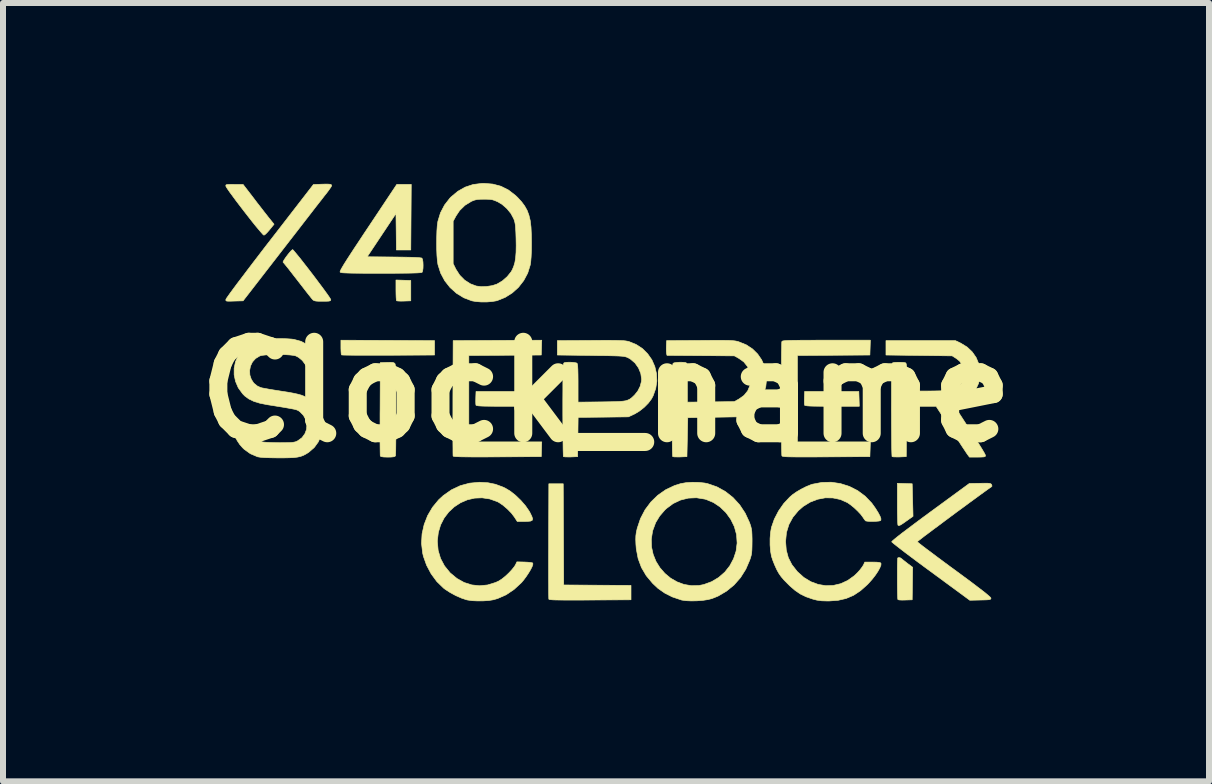
<source format=kicad_pcb>
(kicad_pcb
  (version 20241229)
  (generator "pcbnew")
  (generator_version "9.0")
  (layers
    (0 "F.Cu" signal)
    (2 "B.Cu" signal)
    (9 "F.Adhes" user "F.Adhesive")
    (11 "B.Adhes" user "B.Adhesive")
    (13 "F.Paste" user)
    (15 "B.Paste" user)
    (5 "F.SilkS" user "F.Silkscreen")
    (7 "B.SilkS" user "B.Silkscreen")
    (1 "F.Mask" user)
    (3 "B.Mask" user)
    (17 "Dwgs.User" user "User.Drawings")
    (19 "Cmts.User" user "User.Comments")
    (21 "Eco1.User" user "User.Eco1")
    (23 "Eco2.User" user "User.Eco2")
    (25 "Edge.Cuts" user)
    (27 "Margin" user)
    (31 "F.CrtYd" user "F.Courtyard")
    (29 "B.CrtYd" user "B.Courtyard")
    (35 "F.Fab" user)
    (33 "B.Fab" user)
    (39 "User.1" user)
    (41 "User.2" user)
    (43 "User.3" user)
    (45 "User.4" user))
  (footprint "Clock_name"
    (layer "F.Cu")
    (at 7.047 3.479)
    (property "Reference" "Clock_name" (at 0 0 0) (layer "F.SilkS") (effects (font (size 1.524 1.524) (thickness 0.3))))
    (attr through_hole)
    (fp_poly (pts (xy -3.376 -1.86) (xy -3.253 -1.856) (xy -3.253 -1.517) (xy -3.366 -1.513) (xy -3.42 -1.512) (xy -3.463 -1.514) (xy -3.487 -1.517) (xy -3.49 -1.519) (xy -3.494 -1.536) (xy -3.497 -1.576) (xy -3.499 -1.631) (xy -3.5 -1.696) (xy -3.5 -1.864) (xy -3.376 -1.86)) (stroke (width 0.01) (type solid)) (fill yes) (layer "F.SilkS"))
    (fp_poly (pts (xy 4.22 0.24) (xy 3.768 0.24) (xy 3.639 0.24) (xy 3.535 0.239) (xy 3.455 0.238) (xy 3.395 0.236) (xy 3.353 0.233) (xy 3.326 0.229) (xy 3.312 0.225) (xy 3.308 0.221) (xy 3.305 0.198) (xy 3.304 0.156) (xy 3.305 0.103) (xy 3.305 0.097) (xy 3.309 -0.007) (xy 4.212 -0.007) (xy 4.22 0.24)) (stroke (width 0.01) (type solid)) (fill yes) (layer "F.SilkS"))
    (fp_poly (pts (xy -2.857 -0.854) (xy -2.857 -0.614) (xy -3.628 -0.61) (xy -3.772 -0.61) (xy -3.909 -0.61) (xy -4.034 -0.61) (xy -4.145 -0.61) (xy -4.24 -0.611) (xy -4.317 -0.612) (xy -4.371 -0.613) (xy -4.402 -0.615) (xy -4.407 -0.616) (xy -4.412 -0.634) (xy -4.415 -0.672) (xy -4.417 -0.725) (xy -4.417 -0.743) (xy -4.417 -0.861) (xy -2.857 -0.854)) (stroke (width 0.01) (type solid)) (fill yes) (layer "F.SilkS"))
    (fp_poly (pts (xy -1.259 0.116) (xy -1.255 0.24) (xy -1.707 0.24) (xy -1.836 0.24) (xy -1.94 0.239) (xy -2.02 0.238) (xy -2.08 0.236) (xy -2.123 0.233) (xy -2.149 0.229) (xy -2.163 0.225) (xy -2.167 0.221) (xy -2.17 0.198) (xy -2.171 0.156) (xy -2.17 0.103) (xy -2.17 0.097) (xy -2.166 -0.007) (xy -1.263 -0.007) (xy -1.259 0.116)) (stroke (width 0.01) (type solid)) (fill yes) (layer "F.SilkS"))
    (fp_poly (pts (xy 4.978 1.527) (xy 5.101 1.531) (xy 5.108 1.802) (xy 5.115 2.073) (xy 5.005 2.151) (xy 4.95 2.19) (xy 4.913 2.214) (xy 4.89 2.225) (xy 4.875 2.227) (xy 4.865 2.222) (xy 4.864 2.22) (xy 4.861 2.204) (xy 4.859 2.164) (xy 4.857 2.103) (xy 4.855 2.026) (xy 4.854 1.936) (xy 4.854 1.867) (xy 4.854 1.523) (xy 4.978 1.527)) (stroke (width 0.01) (type solid)) (fill yes) (layer "F.SilkS"))
    (fp_poly (pts (xy 4.905 2.766) (xy 4.925 2.78) (xy 4.939 2.792) (xy 4.969 2.816) (xy 5.01 2.848) (xy 5.02 2.856) (xy 5.109 2.923) (xy 5.105 3.194) (xy 5.101 3.464) (xy 4.986 3.468) (xy 4.932 3.469) (xy 4.889 3.467) (xy 4.865 3.462) (xy 4.863 3.46) (xy 4.86 3.442) (xy 4.858 3.401) (xy 4.856 3.341) (xy 4.855 3.268) (xy 4.854 3.186) (xy 4.854 3.099) (xy 4.854 3.014) (xy 4.854 2.934) (xy 4.855 2.865) (xy 4.857 2.81) (xy 4.859 2.776) (xy 4.86 2.767) (xy 4.879 2.76) (xy 4.905 2.766)) (stroke (width 0.01) (type solid)) (fill yes) (layer "F.SilkS"))
    (fp_poly (pts (xy -0.709 2.374) (xy -0.705 3.217) (xy -0.145 3.221) (xy 0.416 3.224) (xy 0.416 3.464) (xy -0.265 3.468) (xy -0.428 3.469) (xy -0.564 3.469) (xy -0.677 3.469) (xy -0.767 3.468) (xy -0.836 3.467) (xy -0.888 3.465) (xy -0.923 3.462) (xy -0.944 3.459) (xy -0.953 3.454) (xy -0.953 3.454) (xy -0.954 3.437) (xy -0.955 3.394) (xy -0.956 3.328) (xy -0.956 3.241) (xy -0.957 3.135) (xy -0.957 3.012) (xy -0.957 2.876) (xy -0.957 2.727) (xy -0.956 2.57) (xy -0.956 2.484) (xy -0.953 1.531) (xy -0.713 1.531) (xy -0.709 2.374)) (stroke (width 0.01) (type solid)) (fill yes) (layer "F.SilkS"))
    (fp_poly (pts (xy -1.075 -0.737) (xy -1.079 -0.614) (xy -1.683 -0.61) (xy -2.286 -0.606) (xy -2.286 0.833) (xy -1.071 0.833) (xy -1.079 1.079) (xy -1.81 1.083) (xy -1.979 1.084) (xy -2.122 1.084) (xy -2.24 1.084) (xy -2.336 1.083) (xy -2.411 1.082) (xy -2.468 1.08) (xy -2.508 1.078) (xy -2.533 1.075) (xy -2.546 1.071) (xy -2.548 1.069) (xy -2.549 1.052) (xy -2.55 1.01) (xy -2.55 0.943) (xy -2.551 0.856) (xy -2.551 0.75) (xy -2.552 0.627) (xy -2.552 0.491) (xy -2.551 0.342) (xy -2.551 0.185) (xy -2.551 0.099) (xy -2.547 -0.854) (xy -1.071 -0.861) (xy -1.075 -0.737)) (stroke (width 0.01) (type solid)) (fill yes) (layer "F.SilkS"))
    (fp_poly (pts (xy -6.193 -3.456) (xy -6.047 -3.456) (xy -5.877 -3.235) (xy -5.818 -3.157) (xy -5.757 -3.079) (xy -5.7 -3.005) (xy -5.651 -2.943) (xy -5.62 -2.903) (xy -5.531 -2.793) (xy -5.605 -2.702) (xy -5.641 -2.66) (xy -5.673 -2.628) (xy -5.696 -2.612) (xy -5.7 -2.611) (xy -5.714 -2.621) (xy -5.742 -2.652) (xy -5.784 -2.701) (xy -5.837 -2.764) (xy -5.898 -2.84) (xy -5.966 -2.927) (xy -6.024 -3.001) (xy -6.095 -3.094) (xy -6.161 -3.18) (xy -6.218 -3.258) (xy -6.267 -3.324) (xy -6.303 -3.376) (xy -6.326 -3.411) (xy -6.333 -3.425) (xy -6.335 -3.439) (xy -6.33 -3.449) (xy -6.315 -3.454) (xy -6.284 -3.456) (xy -6.232 -3.457) (xy -6.193 -3.456)) (stroke (width 0.01) (type solid)) (fill yes) (layer "F.SilkS"))
    (fp_poly (pts (xy -4.621 -3.461) (xy -4.592 -3.458) (xy -4.577 -3.451) (xy -4.572 -3.439) (xy -4.572 -3.435) (xy -4.58 -3.417) (xy -4.603 -3.383) (xy -4.636 -3.337) (xy -4.671 -3.292) (xy -4.696 -3.261) (xy -4.736 -3.209) (xy -4.791 -3.139) (xy -4.858 -3.053) (xy -4.935 -2.953) (xy -5.022 -2.841) (xy -5.116 -2.719) (xy -5.216 -2.59) (xy -5.32 -2.456) (xy -5.408 -2.342) (xy -6.047 -1.517) (xy -6.192 -1.513) (xy -6.257 -1.511) (xy -6.299 -1.511) (xy -6.323 -1.514) (xy -6.333 -1.521) (xy -6.334 -1.533) (xy -6.333 -1.542) (xy -6.324 -1.558) (xy -6.299 -1.594) (xy -6.259 -1.65) (xy -6.206 -1.722) (xy -6.14 -1.811) (xy -6.063 -1.912) (xy -5.977 -2.026) (xy -5.882 -2.151) (xy -5.78 -2.284) (xy -5.673 -2.424) (xy -5.602 -2.515) (xy -4.875 -3.455) (xy -4.741 -3.46) (xy -4.669 -3.462) (xy -4.621 -3.461)) (stroke (width 0.01) (type solid)) (fill yes) (layer "F.SilkS"))
    (fp_poly (pts (xy -3.552 -0.49) (xy -3.53 -0.482) (xy -3.517 -0.471) (xy -3.513 -0.459) (xy -3.51 -0.435) (xy -3.507 -0.397) (xy -3.505 -0.342) (xy -3.503 -0.27) (xy -3.501 -0.178) (xy -3.5 -0.063) (xy -3.5 0.075) (xy -3.5 0.238) (xy -3.5 0.298) (xy -3.5 0.441) (xy -3.5 0.575) (xy -3.501 0.699) (xy -3.502 0.809) (xy -3.503 0.903) (xy -3.504 0.978) (xy -3.506 1.031) (xy -3.507 1.06) (xy -3.508 1.064) (xy -3.518 1.076) (xy -3.541 1.082) (xy -3.581 1.086) (xy -3.636 1.087) (xy -3.703 1.085) (xy -3.744 1.079) (xy -3.761 1.069) (xy -3.761 1.069) (xy -3.762 1.052) (xy -3.763 1.009) (xy -3.764 0.944) (xy -3.765 0.858) (xy -3.765 0.754) (xy -3.765 0.635) (xy -3.765 0.504) (xy -3.765 0.364) (xy -3.764 0.282) (xy -3.761 -0.487) (xy -3.648 -0.491) (xy -3.589 -0.492) (xy -3.552 -0.49)) (stroke (width 0.01) (type solid)) (fill yes) (layer "F.SilkS"))
    (fp_poly (pts (xy -5.209 -2.36) (xy -5.183 -2.329) (xy -5.144 -2.282) (xy -5.095 -2.222) (xy -5.039 -2.15) (xy -4.978 -2.072) (xy -4.914 -1.989) (xy -4.85 -1.905) (xy -4.788 -1.822) (xy -4.73 -1.745) (xy -4.679 -1.675) (xy -4.637 -1.617) (xy -4.606 -1.572) (xy -4.589 -1.544) (xy -4.586 -1.538) (xy -4.588 -1.525) (xy -4.598 -1.517) (xy -4.62 -1.512) (xy -4.661 -1.51) (xy -4.724 -1.51) (xy -4.725 -1.51) (xy -4.79 -1.51) (xy -4.833 -1.513) (xy -4.86 -1.519) (xy -4.879 -1.529) (xy -4.892 -1.542) (xy -4.908 -1.561) (xy -4.939 -1.6) (xy -4.982 -1.654) (xy -5.033 -1.72) (xy -5.092 -1.796) (xy -5.144 -1.863) (xy -5.205 -1.941) (xy -5.26 -2.012) (xy -5.308 -2.073) (xy -5.346 -2.12) (xy -5.371 -2.15) (xy -5.381 -2.161) (xy -5.378 -2.174) (xy -5.361 -2.203) (xy -5.335 -2.242) (xy -5.304 -2.283) (xy -5.272 -2.323) (xy -5.245 -2.353) (xy -5.225 -2.369) (xy -5.222 -2.371) (xy -5.209 -2.36)) (stroke (width 0.01) (type solid)) (fill yes) (layer "F.SilkS"))
    (fp_poly (pts (xy 4.396 -0.614) (xy 3.792 -0.61) (xy 3.189 -0.606) (xy 3.189 0.833) (xy 4.404 0.833) (xy 4.396 1.079) (xy 3.667 1.083) (xy 3.504 1.084) (xy 3.367 1.084) (xy 3.253 1.084) (xy 3.161 1.084) (xy 3.088 1.083) (xy 3.033 1.082) (xy 2.992 1.08) (xy 2.963 1.077) (xy 2.945 1.074) (xy 2.934 1.07) (xy 2.93 1.065) (xy 2.93 1.064) (xy 2.928 1.046) (xy 2.927 1.003) (xy 2.925 0.937) (xy 2.924 0.851) (xy 2.923 0.749) (xy 2.922 0.633) (xy 2.922 0.506) (xy 2.921 0.371) (xy 2.921 0.23) (xy 2.921 0.087) (xy 2.921 -0.055) (xy 2.922 -0.194) (xy 2.922 -0.326) (xy 2.923 -0.45) (xy 2.923 -0.561) (xy 2.924 -0.658) (xy 2.926 -0.737) (xy 2.927 -0.795) (xy 2.928 -0.83) (xy 2.93 -0.838) (xy 2.934 -0.843) (xy 2.944 -0.848) (xy 2.961 -0.851) (xy 2.989 -0.854) (xy 3.03 -0.856) (xy 3.085 -0.858) (xy 3.157 -0.859) (xy 3.248 -0.86) (xy 3.36 -0.86) (xy 3.496 -0.861) (xy 3.658 -0.861) (xy 4.404 -0.861) (xy 4.396 -0.614)) (stroke (width 0.01) (type solid)) (fill yes) (layer "F.SilkS"))
    (fp_poly (pts (xy -3.249 -2.91) (xy -3.253 -2.364) (xy -3.493 -2.364) (xy -3.496 -2.667) (xy -3.5 -2.97) (xy -3.979 -2.251) (xy -3.532 -2.247) (xy -3.386 -2.245) (xy -3.268 -2.243) (xy -3.177 -2.24) (xy -3.113 -2.236) (xy -3.076 -2.231) (xy -3.067 -2.228) (xy -3.057 -2.205) (xy -3.05 -2.164) (xy -3.048 -2.113) (xy -3.049 -2.061) (xy -3.055 -2.018) (xy -3.064 -1.993) (xy -3.065 -1.992) (xy -3.077 -1.988) (xy -3.104 -1.985) (xy -3.148 -1.982) (xy -3.211 -1.98) (xy -3.294 -1.978) (xy -3.4 -1.977) (xy -3.531 -1.976) (xy -3.686 -1.976) (xy -3.748 -1.976) (xy -3.906 -1.976) (xy -4.038 -1.976) (xy -4.146 -1.977) (xy -4.233 -1.978) (xy -4.301 -1.98) (xy -4.352 -1.982) (xy -4.388 -1.984) (xy -4.412 -1.988) (xy -4.425 -1.992) (xy -4.43 -1.995) (xy -4.431 -2.004) (xy -4.425 -2.02) (xy -4.412 -2.047) (xy -4.39 -2.085) (xy -4.359 -2.137) (xy -4.317 -2.203) (xy -4.264 -2.285) (xy -4.199 -2.385) (xy -4.12 -2.504) (xy -4.027 -2.645) (xy -3.966 -2.736) (xy -3.486 -3.457) (xy -3.245 -3.457) (xy -3.249 -2.91)) (stroke (width 0.01) (type solid)) (fill yes) (layer "F.SilkS"))
    (fp_poly (pts (xy 6.357 1.522) (xy 6.39 1.525) (xy 6.41 1.531) (xy 6.421 1.54) (xy 6.424 1.546) (xy 6.431 1.57) (xy 6.414 1.587) (xy 6.391 1.602) (xy 6.35 1.631) (xy 6.292 1.673) (xy 6.22 1.725) (xy 6.137 1.786) (xy 6.045 1.853) (xy 5.948 1.925) (xy 5.846 1.999) (xy 5.744 2.075) (xy 5.643 2.15) (xy 5.546 2.223) (xy 5.455 2.29) (xy 5.373 2.352) (xy 5.303 2.404) (xy 5.248 2.447) (xy 5.208 2.478) (xy 5.188 2.494) (xy 5.186 2.497) (xy 5.197 2.507) (xy 5.229 2.533) (xy 5.279 2.572) (xy 5.346 2.623) (xy 5.428 2.684) (xy 5.521 2.754) (xy 5.626 2.832) (xy 5.738 2.915) (xy 5.8 2.96) (xy 5.948 3.069) (xy 6.074 3.162) (xy 6.178 3.241) (xy 6.262 3.305) (xy 6.327 3.356) (xy 6.373 3.395) (xy 6.402 3.421) (xy 6.413 3.436) (xy 6.413 3.437) (xy 6.411 3.449) (xy 6.402 3.456) (xy 6.381 3.462) (xy 6.344 3.465) (xy 6.286 3.467) (xy 6.237 3.468) (xy 6.061 3.472) (xy 5.412 2.995) (xy 5.292 2.907) (xy 5.18 2.824) (xy 5.076 2.746) (xy 4.984 2.677) (xy 4.905 2.616) (xy 4.841 2.566) (xy 4.794 2.529) (xy 4.766 2.505) (xy 4.759 2.498) (xy 4.77 2.485) (xy 4.803 2.456) (xy 4.857 2.412) (xy 4.932 2.353) (xy 5.028 2.281) (xy 5.142 2.195) (xy 5.275 2.096) (xy 5.404 2.001) (xy 6.053 1.526) (xy 6.231 1.523) (xy 6.306 1.522) (xy 6.357 1.522)) (stroke (width 0.01) (type solid)) (fill yes) (layer "F.SilkS"))
    (fp_poly (pts (xy 1.918 -0.859) (xy 1.993 -0.858) (xy 2.052 -0.857) (xy 2.098 -0.854) (xy 2.134 -0.851) (xy 2.163 -0.847) (xy 2.189 -0.841) (xy 2.213 -0.834) (xy 2.215 -0.833) (xy 2.338 -0.783) (xy 2.441 -0.715) (xy 2.526 -0.631) (xy 2.592 -0.535) (xy 2.639 -0.43) (xy 2.666 -0.318) (xy 2.674 -0.204) (xy 2.662 -0.09) (xy 2.63 0.02) (xy 2.577 0.125) (xy 2.504 0.22) (xy 2.41 0.302) (xy 2.305 0.364) (xy 2.194 0.416) (xy 1.778 0.423) (xy 1.362 0.43) (xy 1.355 0.755) (xy 1.348 1.079) (xy 1.234 1.084) (xy 1.18 1.084) (xy 1.137 1.083) (xy 1.113 1.079) (xy 1.111 1.078) (xy 1.109 1.062) (xy 1.107 1.021) (xy 1.105 0.957) (xy 1.104 0.872) (xy 1.103 0.77) (xy 1.102 0.652) (xy 1.101 0.522) (xy 1.101 0.382) (xy 1.101 0.304) (xy 1.101 0.126) (xy 1.101 -0.025) (xy 1.102 -0.151) (xy 1.104 -0.254) (xy 1.105 -0.335) (xy 1.108 -0.396) (xy 1.11 -0.439) (xy 1.114 -0.465) (xy 1.118 -0.477) (xy 1.118 -0.477) (xy 1.14 -0.485) (xy 1.18 -0.491) (xy 1.23 -0.494) (xy 1.28 -0.493) (xy 1.32 -0.489) (xy 1.332 -0.485) (xy 1.34 -0.48) (xy 1.345 -0.466) (xy 1.349 -0.442) (xy 1.352 -0.404) (xy 1.354 -0.348) (xy 1.354 -0.27) (xy 1.355 -0.169) (xy 1.355 -0.153) (xy 1.355 0.171) (xy 1.746 0.167) (xy 2.138 0.162) (xy 2.213 0.12) (xy 2.299 0.059) (xy 2.361 -0.018) (xy 2.399 -0.109) (xy 2.412 -0.213) (xy 2.412 -0.225) (xy 2.397 -0.329) (xy 2.358 -0.421) (xy 2.296 -0.499) (xy 2.215 -0.557) (xy 2.138 -0.6) (xy 1.577 -0.604) (xy 1.016 -0.608) (xy 1.008 -0.64) (xy 1.005 -0.67) (xy 1.004 -0.718) (xy 1.005 -0.762) (xy 1.009 -0.854) (xy 1.566 -0.857) (xy 1.708 -0.858) (xy 1.824 -0.859) (xy 1.918 -0.859)) (stroke (width 0.01) (type solid)) (fill yes) (layer "F.SilkS"))
    (fp_poly (pts (xy -1.967 1.514) (xy -1.844 1.539) (xy -1.72 1.585) (xy -1.679 1.604) (xy -1.594 1.655) (xy -1.505 1.726) (xy -1.419 1.809) (xy -1.341 1.899) (xy -1.28 1.988) (xy -1.265 2.015) (xy -1.236 2.075) (xy -1.223 2.115) (xy -1.23 2.14) (xy -1.258 2.153) (xy -1.31 2.158) (xy -1.362 2.159) (xy -1.479 2.159) (xy -1.524 2.089) (xy -1.577 2.019) (xy -1.645 1.95) (xy -1.719 1.887) (xy -1.791 1.839) (xy -1.811 1.829) (xy -1.937 1.784) (xy -2.064 1.765) (xy -2.189 1.77) (xy -2.31 1.798) (xy -2.424 1.847) (xy -2.528 1.915) (xy -2.62 2) (xy -2.697 2.101) (xy -2.756 2.216) (xy -2.794 2.342) (xy -2.81 2.479) (xy -2.81 2.498) (xy -2.797 2.642) (xy -2.757 2.776) (xy -2.691 2.9) (xy -2.6 3.012) (xy -2.594 3.018) (xy -2.484 3.109) (xy -2.364 3.176) (xy -2.238 3.216) (xy -2.107 3.23) (xy -1.974 3.217) (xy -1.841 3.176) (xy -1.788 3.152) (xy -1.738 3.12) (xy -1.68 3.074) (xy -1.621 3.019) (xy -1.568 2.962) (xy -1.526 2.91) (xy -1.508 2.88) (xy -1.485 2.832) (xy -1.36 2.835) (xy -1.302 2.838) (xy -1.255 2.843) (xy -1.226 2.849) (xy -1.221 2.852) (xy -1.219 2.872) (xy -1.231 2.91) (xy -1.256 2.96) (xy -1.29 3.017) (xy -1.33 3.077) (xy -1.373 3.135) (xy -1.409 3.178) (xy -1.533 3.292) (xy -1.665 3.381) (xy -1.806 3.443) (xy -1.879 3.464) (xy -1.953 3.476) (xy -2.043 3.482) (xy -2.138 3.483) (xy -2.229 3.479) (xy -2.306 3.468) (xy -2.328 3.463) (xy -2.411 3.435) (xy -2.504 3.394) (xy -2.596 3.344) (xy -2.677 3.292) (xy -2.707 3.269) (xy -2.819 3.16) (xy -2.914 3.031) (xy -2.99 2.888) (xy -3.043 2.739) (xy -3.056 2.682) (xy -3.074 2.524) (xy -3.065 2.365) (xy -3.03 2.21) (xy -2.972 2.061) (xy -2.891 1.923) (xy -2.789 1.799) (xy -2.711 1.727) (xy -2.575 1.632) (xy -2.429 1.563) (xy -2.274 1.521) (xy -2.111 1.506) (xy -2.103 1.506) (xy -1.967 1.514)) (stroke (width 0.01) (type solid)) (fill yes) (layer "F.SilkS"))
    (fp_poly (pts (xy 1.545 1.508) (xy 1.645 1.519) (xy 1.693 1.529) (xy 1.847 1.582) (xy 1.988 1.66) (xy 2.115 1.76) (xy 2.226 1.881) (xy 2.318 2.02) (xy 2.39 2.175) (xy 2.396 2.192) (xy 2.411 2.236) (xy 2.421 2.277) (xy 2.428 2.321) (xy 2.431 2.375) (xy 2.433 2.446) (xy 2.433 2.491) (xy 2.432 2.573) (xy 2.43 2.635) (xy 2.426 2.684) (xy 2.418 2.727) (xy 2.405 2.771) (xy 2.395 2.801) (xy 2.329 2.954) (xy 2.241 3.094) (xy 2.133 3.217) (xy 2.007 3.32) (xy 1.866 3.403) (xy 1.764 3.444) (xy 1.696 3.461) (xy 1.61 3.474) (xy 1.515 3.481) (xy 1.42 3.483) (xy 1.333 3.479) (xy 1.263 3.469) (xy 1.249 3.465) (xy 1.104 3.416) (xy 0.979 3.353) (xy 0.866 3.274) (xy 0.776 3.189) (xy 0.67 3.062) (xy 0.59 2.926) (xy 0.535 2.778) (xy 0.504 2.616) (xy 0.498 2.54) (xy 0.495 2.46) (xy 0.495 2.455) (xy 0.754 2.455) (xy 0.758 2.584) (xy 0.785 2.707) (xy 0.832 2.824) (xy 0.898 2.93) (xy 0.98 3.024) (xy 1.075 3.103) (xy 1.182 3.165) (xy 1.298 3.208) (xy 1.421 3.229) (xy 1.548 3.226) (xy 1.629 3.21) (xy 1.76 3.162) (xy 1.877 3.092) (xy 1.979 3.003) (xy 2.062 2.898) (xy 2.125 2.78) (xy 2.167 2.653) (xy 2.184 2.519) (xy 2.175 2.382) (xy 2.174 2.376) (xy 2.138 2.245) (xy 2.078 2.123) (xy 1.999 2.013) (xy 1.902 1.919) (xy 1.791 1.844) (xy 1.669 1.793) (xy 1.643 1.786) (xy 1.507 1.764) (xy 1.372 1.77) (xy 1.242 1.802) (xy 1.119 1.86) (xy 1.008 1.942) (xy 0.982 1.966) (xy 0.893 2.069) (xy 0.827 2.178) (xy 0.781 2.302) (xy 0.775 2.323) (xy 0.754 2.455) (xy 0.495 2.455) (xy 0.497 2.397) (xy 0.505 2.338) (xy 0.52 2.272) (xy 0.574 2.111) (xy 0.65 1.965) (xy 0.747 1.835) (xy 0.863 1.722) (xy 0.995 1.63) (xy 1.141 1.561) (xy 1.242 1.529) (xy 1.332 1.513) (xy 1.437 1.506) (xy 1.545 1.508)) (stroke (width 0.01) (type solid)) (fill yes) (layer "F.SilkS"))
    (fp_poly (pts (xy 5.913 -0.81) (xy 6.017 -0.746) (xy 6.101 -0.666) (xy 6.166 -0.573) (xy 6.209 -0.47) (xy 6.231 -0.361) (xy 6.23 -0.251) (xy 6.207 -0.142) (xy 6.159 -0.038) (xy 6.094 0.049) (xy 6.024 0.118) (xy 5.954 0.168) (xy 5.874 0.206) (xy 5.864 0.21) (xy 5.803 0.233) (xy 6.062 0.632) (xy 6.124 0.728) (xy 6.181 0.817) (xy 6.23 0.897) (xy 6.271 0.964) (xy 6.301 1.015) (xy 6.318 1.048) (xy 6.322 1.059) (xy 6.32 1.072) (xy 6.31 1.08) (xy 6.287 1.084) (xy 6.246 1.086) (xy 6.188 1.087) (xy 6.055 1.087) (xy 6.021 1.041) (xy 6.005 1.018) (xy 5.976 0.974) (xy 5.936 0.914) (xy 5.887 0.839) (xy 5.832 0.754) (xy 5.772 0.662) (xy 5.743 0.617) (xy 5.499 0.24) (xy 5.01 0.24) (xy 5.006 0.66) (xy 5.002 1.079) (xy 4.889 1.084) (xy 4.835 1.084) (xy 4.792 1.083) (xy 4.768 1.079) (xy 4.765 1.078) (xy 4.764 1.062) (xy 4.762 1.021) (xy 4.76 0.957) (xy 4.759 0.872) (xy 4.758 0.769) (xy 4.757 0.652) (xy 4.756 0.521) (xy 4.756 0.381) (xy 4.755 0.295) (xy 4.756 0.127) (xy 4.756 -0.015) (xy 4.756 -0.134) (xy 4.757 -0.231) (xy 4.758 -0.308) (xy 4.76 -0.368) (xy 4.762 -0.413) (xy 4.764 -0.445) (xy 4.767 -0.466) (xy 4.771 -0.478) (xy 4.776 -0.484) (xy 4.778 -0.485) (xy 4.807 -0.491) (xy 4.853 -0.493) (xy 4.906 -0.493) (xy 4.953 -0.491) (xy 4.985 -0.486) (xy 4.987 -0.485) (xy 4.996 -0.479) (xy 5.002 -0.463) (xy 5.006 -0.435) (xy 5.008 -0.39) (xy 5.009 -0.325) (xy 5.009 -0.245) (xy 5.009 -0.014) (xy 5.359 -0.014) (xy 5.467 -0.015) (xy 5.564 -0.017) (xy 5.647 -0.019) (xy 5.711 -0.023) (xy 5.752 -0.027) (xy 5.762 -0.029) (xy 5.816 -0.054) (xy 5.872 -0.096) (xy 5.92 -0.145) (xy 5.95 -0.194) (xy 5.971 -0.277) (xy 5.966 -0.362) (xy 5.939 -0.442) (xy 5.891 -0.512) (xy 5.835 -0.557) (xy 5.767 -0.6) (xy 5.215 -0.607) (xy 4.664 -0.614) (xy 4.664 -0.854) (xy 5.821 -0.854) (xy 5.913 -0.81)) (stroke (width 0.01) (type solid)) (fill yes) (layer "F.SilkS"))
    (fp_poly (pts (xy -1.886 -3.462) (xy -1.751 -3.426) (xy -1.627 -3.364) (xy -1.511 -3.275) (xy -1.474 -3.24) (xy -1.408 -3.168) (xy -1.356 -3.098) (xy -1.315 -3.025) (xy -1.285 -2.945) (xy -1.263 -2.854) (xy -1.25 -2.747) (xy -1.244 -2.62) (xy -1.242 -2.492) (xy -1.243 -2.356) (xy -1.248 -2.247) (xy -1.255 -2.164) (xy -1.263 -2.113) (xy -1.305 -1.979) (xy -1.371 -1.855) (xy -1.458 -1.743) (xy -1.562 -1.649) (xy -1.681 -1.574) (xy -1.81 -1.522) (xy -1.828 -1.517) (xy -1.9 -1.505) (xy -1.987 -1.498) (xy -2.08 -1.498) (xy -2.166 -1.505) (xy -2.236 -1.517) (xy -2.236 -1.517) (xy -2.37 -1.568) (xy -2.492 -1.643) (xy -2.598 -1.738) (xy -2.687 -1.851) (xy -2.755 -1.978) (xy -2.799 -2.116) (xy -2.801 -2.124) (xy -2.81 -2.186) (xy -2.817 -2.27) (xy -2.821 -2.368) (xy -2.822 -2.473) (xy -2.821 -2.579) (xy -2.818 -2.679) (xy -2.812 -2.766) (xy -2.803 -2.833) (xy -2.801 -2.843) (xy -2.547 -2.843) (xy -2.547 -2.137) (xy -2.501 -2.043) (xy -2.438 -1.945) (xy -2.356 -1.862) (xy -2.259 -1.8) (xy -2.163 -1.764) (xy -2.082 -1.753) (xy -1.989 -1.756) (xy -1.897 -1.77) (xy -1.819 -1.795) (xy -1.817 -1.796) (xy -1.727 -1.849) (xy -1.646 -1.92) (xy -1.581 -2.001) (xy -1.561 -2.036) (xy -1.537 -2.094) (xy -1.518 -2.159) (xy -1.506 -2.235) (xy -1.499 -2.326) (xy -1.497 -2.438) (xy -1.499 -2.554) (xy -1.502 -2.648) (xy -1.506 -2.72) (xy -1.51 -2.774) (xy -1.517 -2.816) (xy -1.526 -2.851) (xy -1.537 -2.883) (xy -1.584 -2.971) (xy -1.652 -3.054) (xy -1.733 -3.125) (xy -1.809 -3.169) (xy -1.856 -3.189) (xy -1.897 -3.202) (xy -1.942 -3.208) (xy -2.001 -3.21) (xy -2.032 -3.21) (xy -2.1 -3.209) (xy -2.15 -3.205) (xy -2.191 -3.195) (xy -2.233 -3.179) (xy -2.246 -3.173) (xy -2.351 -3.108) (xy -2.439 -3.022) (xy -2.499 -2.932) (xy -2.547 -2.843) (xy -2.801 -2.843) (xy -2.758 -2.984) (xy -2.69 -3.114) (xy -2.601 -3.228) (xy -2.584 -3.246) (xy -2.469 -3.342) (xy -2.347 -3.411) (xy -2.215 -3.455) (xy -2.071 -3.473) (xy -2.033 -3.474) (xy -1.886 -3.462)) (stroke (width 0.01) (type solid)) (fill yes) (layer "F.SilkS"))
    (fp_poly (pts (xy 0.106 -0.858) (xy 0.184 -0.857) (xy 0.244 -0.855) (xy 0.292 -0.853) (xy 0.328 -0.849) (xy 0.357 -0.844) (xy 0.38 -0.839) (xy 0.501 -0.79) (xy 0.607 -0.721) (xy 0.694 -0.634) (xy 0.764 -0.534) (xy 0.813 -0.422) (xy 0.841 -0.303) (xy 0.847 -0.18) (xy 0.828 -0.056) (xy 0.785 0.065) (xy 0.758 0.116) (xy 0.706 0.186) (xy 0.636 0.257) (xy 0.556 0.32) (xy 0.475 0.369) (xy 0.469 0.371) (xy 0.374 0.416) (xy -0.046 0.421) (xy -0.465 0.425) (xy -0.469 0.752) (xy -0.473 1.079) (xy -0.586 1.084) (xy -0.64 1.084) (xy -0.683 1.083) (xy -0.707 1.079) (xy -0.71 1.078) (xy -0.712 1.062) (xy -0.713 1.021) (xy -0.715 0.957) (xy -0.716 0.872) (xy -0.718 0.769) (xy -0.719 0.652) (xy -0.719 0.521) (xy -0.72 0.381) (xy -0.72 0.295) (xy -0.72 0.127) (xy -0.719 -0.015) (xy -0.719 -0.134) (xy -0.718 -0.231) (xy -0.717 -0.308) (xy -0.715 -0.368) (xy -0.713 -0.413) (xy -0.711 -0.445) (xy -0.708 -0.466) (xy -0.704 -0.478) (xy -0.699 -0.484) (xy -0.697 -0.485) (xy -0.665 -0.492) (xy -0.619 -0.494) (xy -0.568 -0.493) (xy -0.522 -0.488) (xy -0.49 -0.481) (xy -0.483 -0.477) (xy -0.477 -0.461) (xy -0.472 -0.426) (xy -0.469 -0.369) (xy -0.467 -0.289) (xy -0.466 -0.184) (xy -0.466 -0.145) (xy -0.466 0.171) (xy -0.074 0.167) (xy 0.048 0.165) (xy 0.146 0.163) (xy 0.223 0.16) (xy 0.283 0.155) (xy 0.329 0.148) (xy 0.365 0.136) (xy 0.396 0.121) (xy 0.424 0.101) (xy 0.453 0.074) (xy 0.476 0.052) (xy 0.529 -0.014) (xy 0.569 -0.093) (xy 0.59 -0.175) (xy 0.593 -0.21) (xy 0.579 -0.307) (xy 0.541 -0.399) (xy 0.483 -0.481) (xy 0.408 -0.545) (xy 0.37 -0.567) (xy 0.353 -0.575) (xy 0.335 -0.582) (xy 0.315 -0.587) (xy 0.289 -0.592) (xy 0.254 -0.595) (xy 0.207 -0.598) (xy 0.146 -0.6) (xy 0.068 -0.602) (xy -0.031 -0.604) (xy -0.153 -0.605) (xy -0.254 -0.607) (xy -0.811 -0.614) (xy -0.811 -0.854) (xy -0.255 -0.857) (xy -0.11 -0.858) (xy 0.009 -0.859) (xy 0.106 -0.858)) (stroke (width 0.01) (type solid)) (fill yes) (layer "F.SilkS"))
    (fp_poly (pts (xy 3.906 1.528) (xy 4.054 1.575) (xy 4.192 1.645) (xy 4.317 1.738) (xy 4.427 1.853) (xy 4.49 1.941) (xy 4.537 2.017) (xy 4.566 2.073) (xy 4.58 2.113) (xy 4.579 2.137) (xy 4.571 2.146) (xy 4.547 2.152) (xy 4.504 2.156) (xy 4.452 2.158) (xy 4.399 2.158) (xy 4.354 2.155) (xy 4.327 2.15) (xy 4.324 2.148) (xy 4.308 2.13) (xy 4.286 2.098) (xy 4.279 2.087) (xy 4.244 2.04) (xy 4.192 1.985) (xy 4.133 1.929) (xy 4.072 1.88) (xy 4.022 1.845) (xy 3.904 1.793) (xy 3.78 1.767) (xy 3.653 1.765) (xy 3.526 1.789) (xy 3.403 1.836) (xy 3.288 1.906) (xy 3.205 1.978) (xy 3.113 2.089) (xy 3.047 2.21) (xy 3.006 2.343) (xy 2.992 2.487) (xy 2.992 2.498) (xy 3.003 2.636) (xy 3.037 2.762) (xy 3.096 2.878) (xy 3.182 2.988) (xy 3.191 2.998) (xy 3.297 3.093) (xy 3.413 3.163) (xy 3.535 3.208) (xy 3.66 3.229) (xy 3.786 3.225) (xy 3.909 3.196) (xy 4.027 3.142) (xy 4.137 3.063) (xy 4.19 3.012) (xy 4.231 2.966) (xy 4.265 2.921) (xy 4.288 2.886) (xy 4.291 2.88) (xy 4.311 2.836) (xy 4.442 2.836) (xy 4.507 2.837) (xy 4.549 2.841) (xy 4.573 2.848) (xy 4.581 2.857) (xy 4.58 2.888) (xy 4.561 2.934) (xy 4.529 2.992) (xy 4.485 3.057) (xy 4.432 3.125) (xy 4.373 3.191) (xy 4.354 3.211) (xy 4.239 3.313) (xy 4.123 3.39) (xy 4 3.442) (xy 3.866 3.473) (xy 3.715 3.484) (xy 3.69 3.484) (xy 3.594 3.481) (xy 3.513 3.47) (xy 3.443 3.452) (xy 3.333 3.414) (xy 3.238 3.368) (xy 3.15 3.308) (xy 3.06 3.23) (xy 3.026 3.196) (xy 2.964 3.133) (xy 2.918 3.079) (xy 2.882 3.028) (xy 2.85 2.972) (xy 2.839 2.949) (xy 2.809 2.883) (xy 2.781 2.813) (xy 2.76 2.751) (xy 2.756 2.738) (xy 2.741 2.652) (xy 2.733 2.551) (xy 2.733 2.444) (xy 2.741 2.343) (xy 2.756 2.258) (xy 2.804 2.12) (xy 2.874 1.985) (xy 2.961 1.86) (xy 3.061 1.753) (xy 3.112 1.709) (xy 3.176 1.665) (xy 3.253 1.62) (xy 3.334 1.579) (xy 3.407 1.549) (xy 3.436 1.539) (xy 3.594 1.509) (xy 3.752 1.505) (xy 3.906 1.528)) (stroke (width 0.01) (type solid)) (fill yes) (layer "F.SilkS"))
    (fp_poly (pts (xy -5.408 -0.888) (xy -5.319 -0.885) (xy -5.244 -0.88) (xy -5.202 -0.875) (xy -5.081 -0.842) (xy -4.969 -0.783) (xy -4.897 -0.726) (xy -4.853 -0.677) (xy -4.811 -0.619) (xy -4.775 -0.557) (xy -4.751 -0.501) (xy -4.741 -0.457) (xy -4.741 -0.456) (xy -4.743 -0.441) (xy -4.75 -0.431) (xy -4.769 -0.426) (xy -4.805 -0.424) (xy -4.864 -0.423) (xy -4.868 -0.423) (xy -4.928 -0.424) (xy -4.967 -0.426) (xy -4.99 -0.432) (xy -5.003 -0.443) (xy -5.014 -0.461) (xy -5.015 -0.462) (xy -5.059 -0.522) (xy -5.121 -0.574) (xy -5.168 -0.599) (xy -5.206 -0.608) (xy -5.266 -0.615) (xy -5.342 -0.62) (xy -5.427 -0.622) (xy -5.515 -0.622) (xy -5.599 -0.62) (xy -5.674 -0.615) (xy -5.733 -0.608) (xy -5.768 -0.599) (xy -5.839 -0.556) (xy -5.891 -0.498) (xy -5.924 -0.429) (xy -5.938 -0.355) (xy -5.934 -0.28) (xy -5.91 -0.209) (xy -5.869 -0.146) (xy -5.809 -0.097) (xy -5.754 -0.072) (xy -5.726 -0.065) (xy -5.675 -0.056) (xy -5.607 -0.043) (xy -5.526 -0.03) (xy -5.437 -0.016) (xy -5.426 -0.014) (xy -5.308 0.004) (xy -5.214 0.021) (xy -5.14 0.037) (xy -5.081 0.053) (xy -5.034 0.071) (xy -4.993 0.093) (xy -4.954 0.118) (xy -4.943 0.126) (xy -4.856 0.208) (xy -4.791 0.303) (xy -4.748 0.407) (xy -4.727 0.515) (xy -4.727 0.626) (xy -4.75 0.733) (xy -4.794 0.834) (xy -4.86 0.925) (xy -4.948 1.002) (xy -4.958 1.01) (xy -5.004 1.038) (xy -5.046 1.06) (xy -5.091 1.076) (xy -5.142 1.087) (xy -5.204 1.095) (xy -5.282 1.098) (xy -5.381 1.1) (xy -5.46 1.1) (xy -5.587 1.098) (xy -5.687 1.095) (xy -5.76 1.089) (xy -5.804 1.082) (xy -5.807 1.081) (xy -5.926 1.03) (xy -6.028 0.957) (xy -6.054 0.932) (xy -6.104 0.875) (xy -6.145 0.813) (xy -6.176 0.753) (xy -6.191 0.702) (xy -6.192 0.68) (xy -6.189 0.661) (xy -6.18 0.65) (xy -6.16 0.643) (xy -6.123 0.64) (xy -6.073 0.638) (xy -5.957 0.634) (xy -5.917 0.694) (xy -5.853 0.766) (xy -5.775 0.816) (xy -5.731 0.832) (xy -5.7 0.837) (xy -5.646 0.841) (xy -5.577 0.844) (xy -5.497 0.846) (xy -5.439 0.847) (xy -5.349 0.846) (xy -5.284 0.845) (xy -5.236 0.843) (xy -5.201 0.838) (xy -5.174 0.832) (xy -5.15 0.822) (xy -5.135 0.814) (xy -5.065 0.763) (xy -5.017 0.697) (xy -4.989 0.623) (xy -4.984 0.543) (xy -5.001 0.465) (xy -5.041 0.392) (xy -5.096 0.335) (xy -5.11 0.324) (xy -5.124 0.314) (xy -5.14 0.306) (xy -5.161 0.298) (xy -5.191 0.29) (xy -5.232 0.282) (xy -5.287 0.272) (xy -5.36 0.259) (xy -5.453 0.244) (xy -5.57 0.225) (xy -5.642 0.214) (xy -5.767 0.189) (xy -5.868 0.158) (xy -5.951 0.118) (xy -6.019 0.068) (xy -6.055 0.031) (xy -6.127 -0.068) (xy -6.173 -0.175) (xy -6.196 -0.284) (xy -6.196 -0.394) (xy -6.174 -0.5) (xy -6.131 -0.6) (xy -6.07 -0.69) (xy -5.99 -0.766) (xy -5.893 -0.826) (xy -5.78 -0.866) (xy -5.736 -0.875) (xy -5.675 -0.882) (xy -5.595 -0.886) (xy -5.503 -0.888) (xy -5.408 -0.888)) (stroke (width 0.01) (type solid)) (fill yes) (layer "F.SilkS")))
  (gr_rect
    (start -3 -3)
    (end 17.093 9.968)
    (stroke (width 0.1) (type default))
    (fill no)
    (layer "Edge.Cuts")))
</source>
